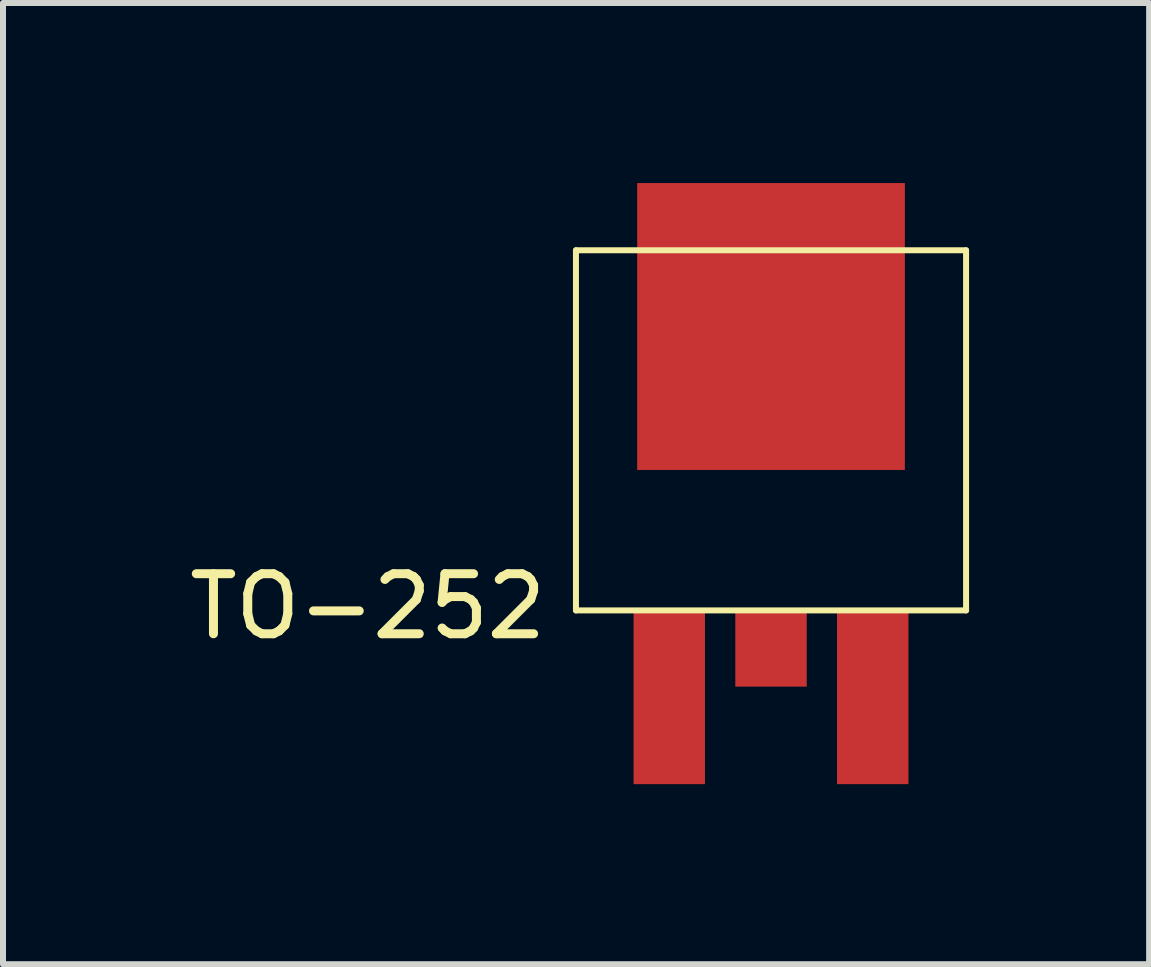
<source format=kicad_pcb>
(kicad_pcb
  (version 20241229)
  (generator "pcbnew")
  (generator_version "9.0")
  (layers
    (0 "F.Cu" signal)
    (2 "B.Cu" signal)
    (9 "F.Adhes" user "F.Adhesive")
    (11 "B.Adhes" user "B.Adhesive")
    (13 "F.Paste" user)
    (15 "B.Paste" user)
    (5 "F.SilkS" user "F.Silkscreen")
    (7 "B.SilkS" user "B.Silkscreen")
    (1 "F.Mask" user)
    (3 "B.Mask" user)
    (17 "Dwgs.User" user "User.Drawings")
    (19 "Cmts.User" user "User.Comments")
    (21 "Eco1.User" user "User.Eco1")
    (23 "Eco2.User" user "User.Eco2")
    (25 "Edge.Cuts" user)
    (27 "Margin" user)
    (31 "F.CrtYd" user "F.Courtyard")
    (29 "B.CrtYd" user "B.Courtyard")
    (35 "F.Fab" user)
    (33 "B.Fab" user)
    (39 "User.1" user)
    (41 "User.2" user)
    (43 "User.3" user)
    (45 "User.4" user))
  (footprint "TO-252"
    (layer "F.Cu")
    (at 9.796 4.12)
    (property "Reference" "TO-252" (at -6.718 2.934 0) (layer "F.SilkS") (effects (font (size 1 1) (thickness 0.15))))
    (attr through_hole)
    (fp_line (start -3.25 -3) (end -3.25 3) (stroke (width 0.1) (type solid)) (layer "F.SilkS"))
    (fp_line (start -3.25 -3) (end 3.25 -3) (stroke (width 0.1) (type solid)) (layer "F.SilkS"))
    (fp_line (start -3.25 3) (end 3.25 3) (stroke (width 0.1) (type solid)) (layer "F.SilkS"))
    (fp_line (start 3.25 3) (end 3.25 -3) (stroke (width 0.1) (type solid)) (layer "F.SilkS"))
    (pad "1" smd rect (at -1.695 4.45) (size 1.19 2.89) (layers "F.Cu" "F.Mask" "F.Paste"))
    (pad "2" smd rect (at 0 3.635) (size 1.19 1.27) (layers "F.Cu" "F.Mask" "F.Paste"))
    (pad "3" smd rect (at 1.695 4.45) (size 1.19 2.89) (layers "F.Cu" "F.Mask" "F.Paste"))
    (pad "4" smd rect (at 0 -1.73) (size 4.46 4.78) (layers "F.Cu" "F.Mask" "F.Paste")))
  (gr_rect
    (start -3 -3)
    (end 16.096 13.015)
    (stroke (width 0.1) (type default))
    (fill no)
    (layer "Edge.Cuts")))
</source>
